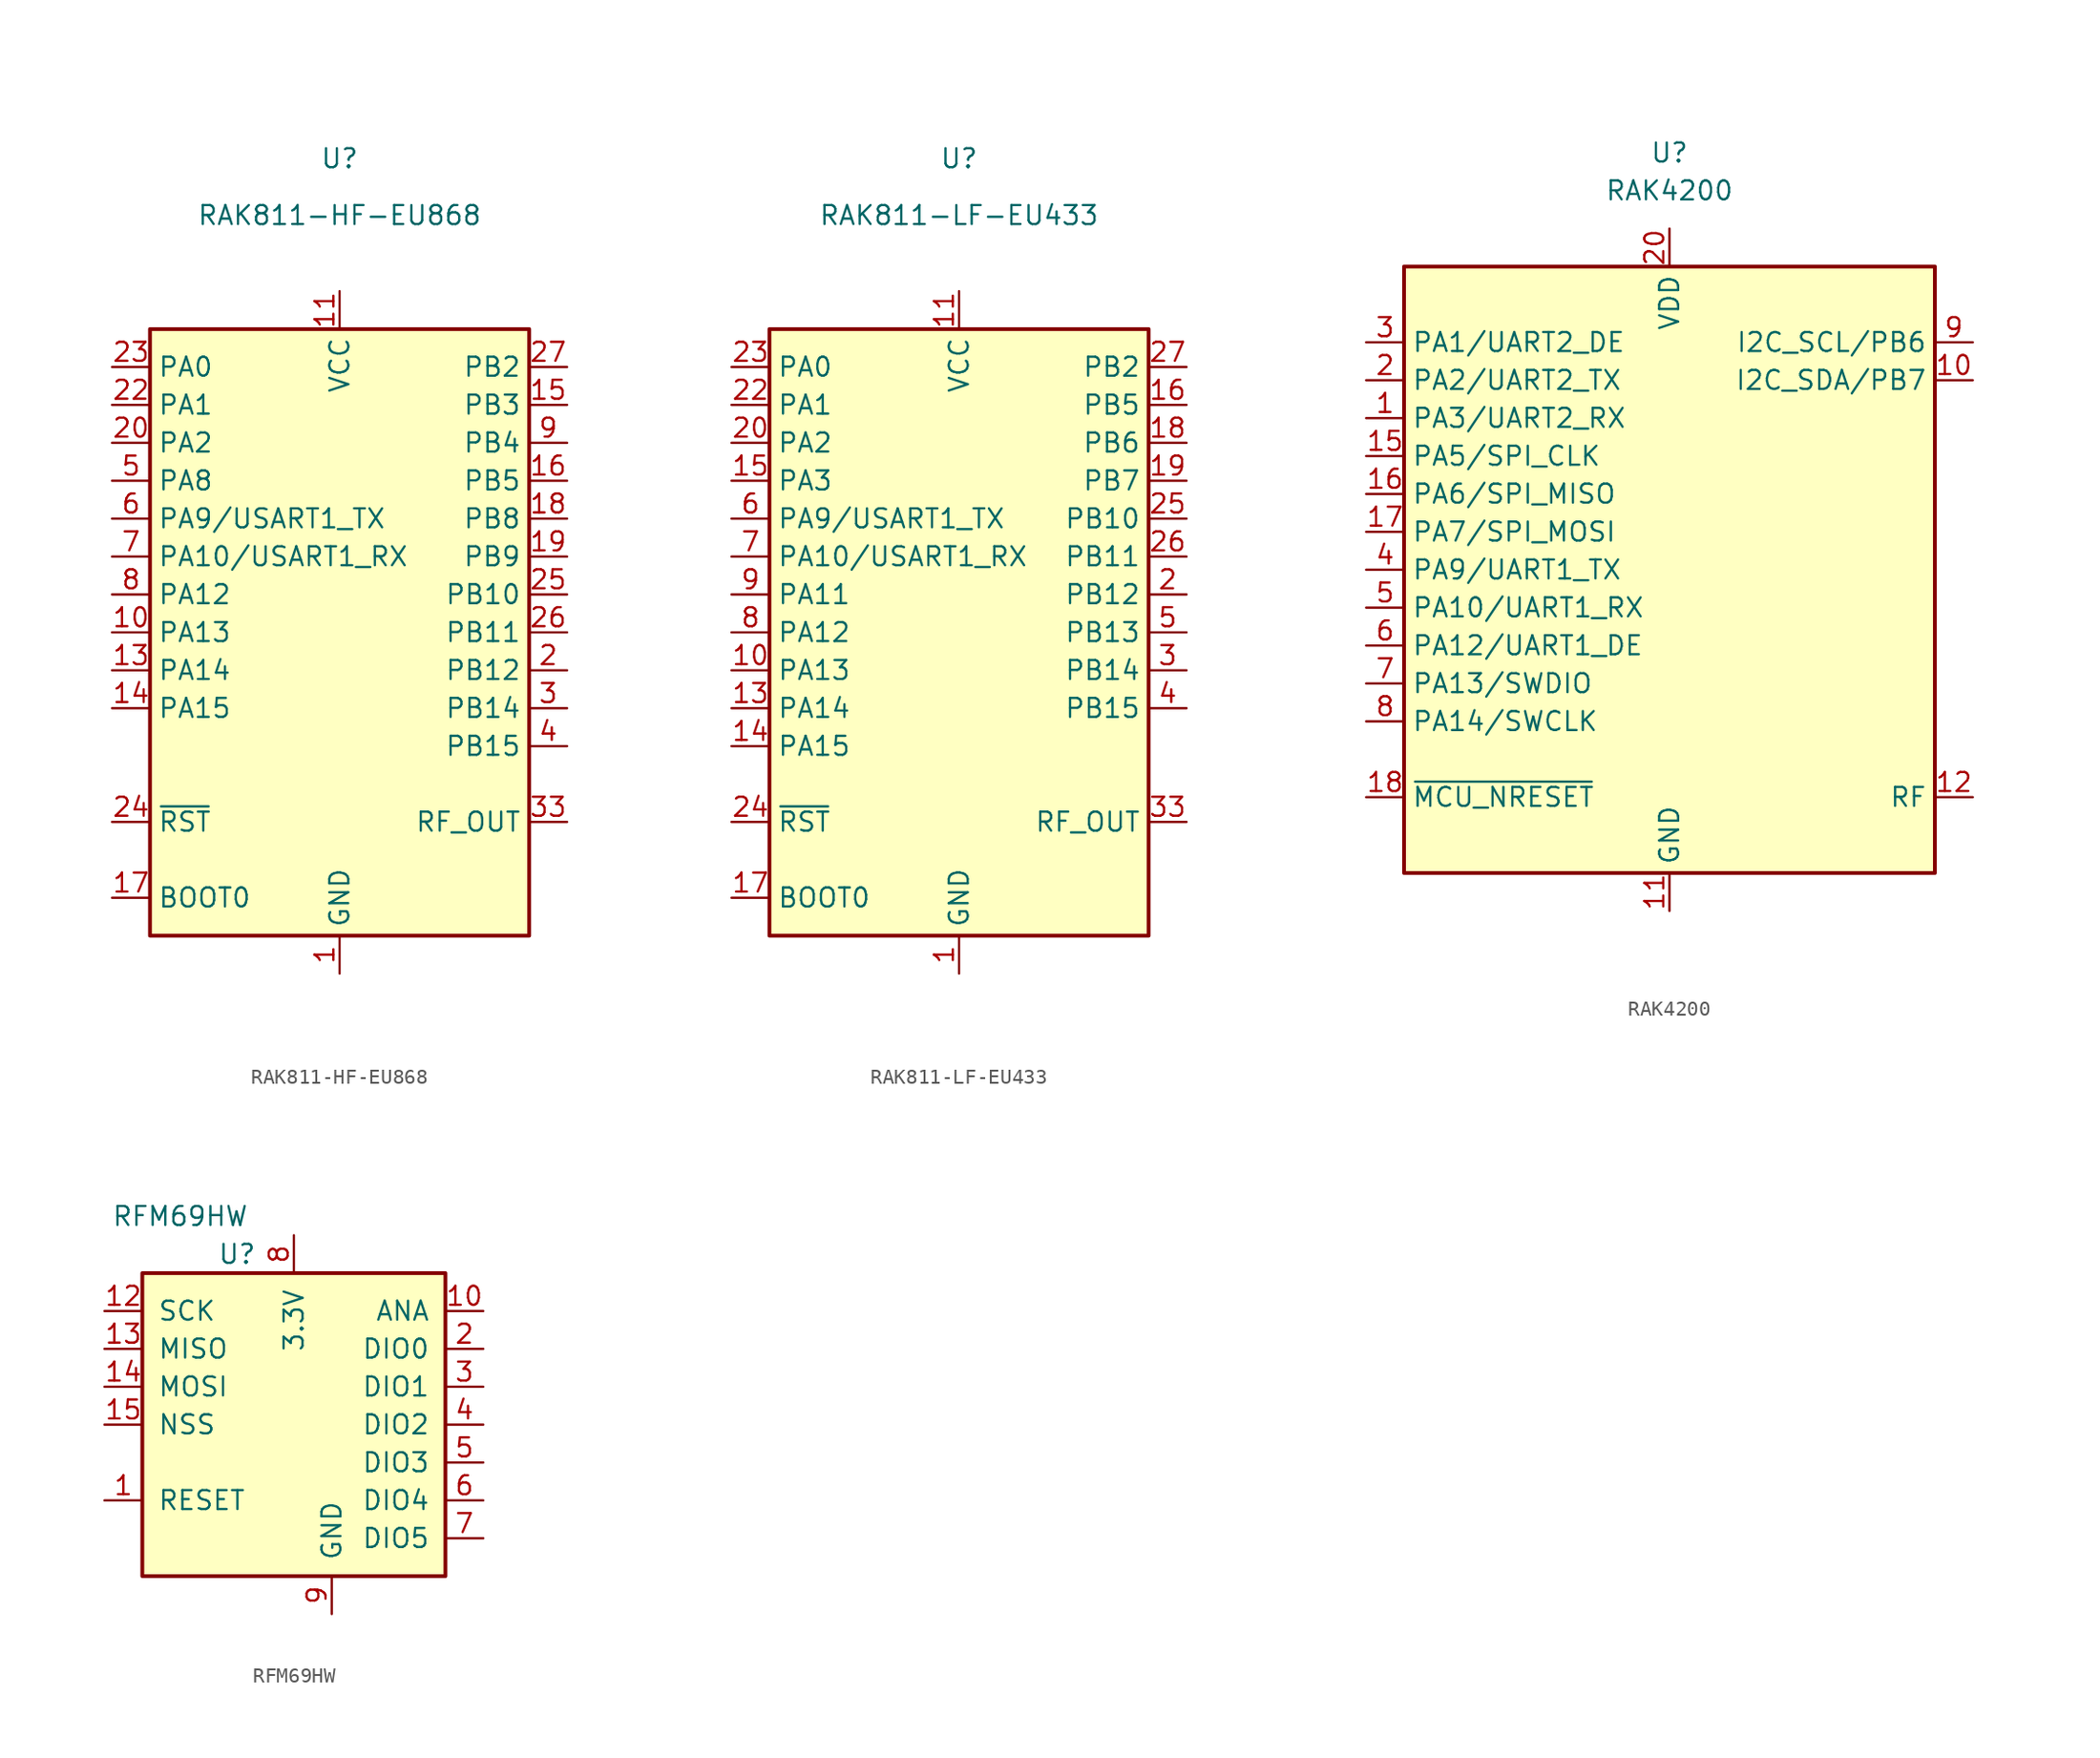
<source format=kicad_sym>
(kicad_symbol_lib
  (version 20211014)
  (generator kicad_symbol_editor)
  (symbol "RAK811-HF-EU868"
    (property "Reference" "U"
      (at 0 31.75 0)
      (effects (font (size 1.27 1.27))))
    (property "Value" "RAK811-HF-EU868"
      (at 0 27.94 0)
      (effects (font (size 1.27 1.27))))
    (symbol "RAK811-HF-EU868_0_0"
      (pin power_in line (at 0 -22.86 90) (length 2.54) (name "GND" (effects (font (size 1.27 1.27)))) (number "1" (effects (font (size 1.27 1.27)))))
      (pin bidirectional line (at -15.24 0 0) (length 2.54) (name "PA13" (effects (font (size 1.27 1.27)))) (number "10" (effects (font (size 1.27 1.27)))))
      (pin power_in line (at 0 22.86 270) (length 2.54) (name "VCC" (effects (font (size 1.27 1.27)))) (number "11" (effects (font (size 1.27 1.27)))))
      (pin passive line (at 0 -22.86 90) (length 2.54) hide (name "GND" (effects (font (size 1.27 1.27)))) (number "12" (effects (font (size 1.27 1.27)))))
      (pin bidirectional line (at -15.24 -2.54 0) (length 2.54) (name "PA14" (effects (font (size 1.27 1.27)))) (number "13" (effects (font (size 1.27 1.27)))))
      (pin bidirectional line (at -15.24 -5.08 0) (length 2.54) (name "PA15" (effects (font (size 1.27 1.27)))) (number "14" (effects (font (size 1.27 1.27)))))
      (pin bidirectional line (at 15.24 15.24 180) (length 2.54) (name "PB3" (effects (font (size 1.27 1.27)))) (number "15" (effects (font (size 1.27 1.27)))))
      (pin bidirectional line (at 15.24 10.16 180) (length 2.54) (name "PB5" (effects (font (size 1.27 1.27)))) (number "16" (effects (font (size 1.27 1.27)))))
      (pin input line (at -15.24 -17.78 0) (length 2.54) (name "BOOT0" (effects (font (size 1.27 1.27)))) (number "17" (effects (font (size 1.27 1.27)))))
      (pin bidirectional line (at 15.24 7.62 180) (length 2.54) (name "PB8" (effects (font (size 1.27 1.27)))) (number "18" (effects (font (size 1.27 1.27)))))
      (pin bidirectional line (at 15.24 5.08 180) (length 2.54) (name "PB9" (effects (font (size 1.27 1.27)))) (number "19" (effects (font (size 1.27 1.27)))))
      (pin bidirectional line (at 15.24 -2.54 180) (length 2.54) (name "PB12" (effects (font (size 1.27 1.27)))) (number "2" (effects (font (size 1.27 1.27)))))
      (pin bidirectional line (at -15.24 12.7 0) (length 2.54) (name "PA2" (effects (font (size 1.27 1.27)))) (number "20" (effects (font (size 1.27 1.27)))))
      (pin passive line (at 0 -22.86 90) (length 2.54) hide (name "GND" (effects (font (size 1.27 1.27)))) (number "21" (effects (font (size 1.27 1.27)))))
      (pin bidirectional line (at -15.24 15.24 0) (length 2.54) (name "PA1" (effects (font (size 1.27 1.27)))) (number "22" (effects (font (size 1.27 1.27)))))
      (pin bidirectional line (at -15.24 17.78 0) (length 2.54) (name "PA0" (effects (font (size 1.27 1.27)))) (number "23" (effects (font (size 1.27 1.27)))))
      (pin input line (at -15.24 -12.7 0) (length 2.54) (name "~{RST}" (effects (font (size 1.27 1.27)))) (number "24" (effects (font (size 1.27 1.27)))))
      (pin bidirectional line (at 15.24 2.54 180) (length 2.54) (name "PB10" (effects (font (size 1.27 1.27)))) (number "25" (effects (font (size 1.27 1.27)))))
      (pin bidirectional line (at 15.24 0 180) (length 2.54) (name "PB11" (effects (font (size 1.27 1.27)))) (number "26" (effects (font (size 1.27 1.27)))))
      (pin bidirectional line (at 15.24 17.78 180) (length 2.54) (name "PB2" (effects (font (size 1.27 1.27)))) (number "27" (effects (font (size 1.27 1.27)))))
      (pin passive line (at 0 -22.86 90) (length 2.54) hide (name "GND" (effects (font (size 1.27 1.27)))) (number "28" (effects (font (size 1.27 1.27)))))
      (pin passive line (at 0 -22.86 90) (length 2.54) hide (name "GND" (effects (font (size 1.27 1.27)))) (number "29" (effects (font (size 1.27 1.27)))))
      (pin bidirectional line (at 15.24 -5.08 180) (length 2.54) (name "PB14" (effects (font (size 1.27 1.27)))) (number "3" (effects (font (size 1.27 1.27)))))
      (pin passive line (at 0 -22.86 90) (length 2.54) hide (name "GND" (effects (font (size 1.27 1.27)))) (number "30" (effects (font (size 1.27 1.27)))))
      (pin passive line (at 0 -22.86 90) (length 2.54) hide (name "GND" (effects (font (size 1.27 1.27)))) (number "31" (effects (font (size 1.27 1.27)))))
      (pin passive line (at 0 -22.86 90) (length 2.54) hide (name "GND" (effects (font (size 1.27 1.27)))) (number "32" (effects (font (size 1.27 1.27)))))
      (pin passive line (at 15.24 -12.7 180) (length 2.54) (name "RF_OUT" (effects (font (size 1.27 1.27)))) (number "33" (effects (font (size 1.27 1.27)))))
      (pin passive line (at 0 -22.86 90) (length 2.54) hide (name "GND" (effects (font (size 1.27 1.27)))) (number "34" (effects (font (size 1.27 1.27)))))
      (pin bidirectional line (at 15.24 -7.62 180) (length 2.54) (name "PB15" (effects (font (size 1.27 1.27)))) (number "4" (effects (font (size 1.27 1.27)))))
      (pin bidirectional line (at -15.24 10.16 0) (length 2.54) (name "PA8" (effects (font (size 1.27 1.27)))) (number "5" (effects (font (size 1.27 1.27)))))
      (pin bidirectional line (at -15.24 7.62 0) (length 2.54) (name "PA9/USART1_TX" (effects (font (size 1.27 1.27)))) (number "6" (effects (font (size 1.27 1.27)))))
      (pin bidirectional line (at -15.24 5.08 0) (length 2.54) (name "PA10/USART1_RX" (effects (font (size 1.27 1.27)))) (number "7" (effects (font (size 1.27 1.27)))))
      (pin bidirectional line (at -15.24 2.54 0) (length 2.54) (name "PA12" (effects (font (size 1.27 1.27)))) (number "8" (effects (font (size 1.27 1.27)))))
      (pin bidirectional line (at 15.24 12.7 180) (length 2.54) (name "PB4" (effects (font (size 1.27 1.27)))) (number "9" (effects (font (size 1.27 1.27))))))
    (symbol "RAK811-HF-EU868_0_1"
      (rectangle (start 12.7 -20.32) (end -12.7 20.32) (stroke (width 0.254) (type default) (color 0 0 0 0)) (fill (type background)))))
  (symbol "RAK811-LF-EU433"
    (property "Reference" "U"
      (at 0 31.75 0)
      (effects (font (size 1.27 1.27))))
    (property "Value" "RAK811-LF-EU433"
      (at 0 27.94 0)
      (effects (font (size 1.27 1.27))))
    (symbol "RAK811-LF-EU433_0_0"
      (pin power_in line (at 0 -22.86 90) (length 2.54) (name "GND" (effects (font (size 1.27 1.27)))) (number "1" (effects (font (size 1.27 1.27)))))
      (pin bidirectional line (at -15.24 -2.54 0) (length 2.54) (name "PA13" (effects (font (size 1.27 1.27)))) (number "10" (effects (font (size 1.27 1.27)))))
      (pin power_in line (at 0 22.86 270) (length 2.54) (name "VCC" (effects (font (size 1.27 1.27)))) (number "11" (effects (font (size 1.27 1.27)))))
      (pin passive line (at 0 -22.86 90) (length 2.54) hide (name "GND" (effects (font (size 1.27 1.27)))) (number "12" (effects (font (size 1.27 1.27)))))
      (pin bidirectional line (at -15.24 -5.08 0) (length 2.54) (name "PA14" (effects (font (size 1.27 1.27)))) (number "13" (effects (font (size 1.27 1.27)))))
      (pin bidirectional line (at -15.24 -7.62 0) (length 2.54) (name "PA15" (effects (font (size 1.27 1.27)))) (number "14" (effects (font (size 1.27 1.27)))))
      (pin bidirectional line (at -15.24 10.16 0) (length 2.54) (name "PA3" (effects (font (size 1.27 1.27)))) (number "15" (effects (font (size 1.27 1.27)))))
      (pin bidirectional line (at 15.24 15.24 180) (length 2.54) (name "PB5" (effects (font (size 1.27 1.27)))) (number "16" (effects (font (size 1.27 1.27)))))
      (pin input line (at -15.24 -17.78 0) (length 2.54) (name "BOOT0" (effects (font (size 1.27 1.27)))) (number "17" (effects (font (size 1.27 1.27)))))
      (pin bidirectional line (at 15.24 12.7 180) (length 2.54) (name "PB6" (effects (font (size 1.27 1.27)))) (number "18" (effects (font (size 1.27 1.27)))))
      (pin bidirectional line (at 15.24 10.16 180) (length 2.54) (name "PB7" (effects (font (size 1.27 1.27)))) (number "19" (effects (font (size 1.27 1.27)))))
      (pin bidirectional line (at 15.24 2.54 180) (length 2.54) (name "PB12" (effects (font (size 1.27 1.27)))) (number "2" (effects (font (size 1.27 1.27)))))
      (pin bidirectional line (at -15.24 12.7 0) (length 2.54) (name "PA2" (effects (font (size 1.27 1.27)))) (number "20" (effects (font (size 1.27 1.27)))))
      (pin passive line (at 0 -22.86 90) (length 2.54) hide (name "GND" (effects (font (size 1.27 1.27)))) (number "21" (effects (font (size 1.27 1.27)))))
      (pin bidirectional line (at -15.24 15.24 0) (length 2.54) (name "PA1" (effects (font (size 1.27 1.27)))) (number "22" (effects (font (size 1.27 1.27)))))
      (pin bidirectional line (at -15.24 17.78 0) (length 2.54) (name "PA0" (effects (font (size 1.27 1.27)))) (number "23" (effects (font (size 1.27 1.27)))))
      (pin input line (at -15.24 -12.7 0) (length 2.54) (name "~{RST}" (effects (font (size 1.27 1.27)))) (number "24" (effects (font (size 1.27 1.27)))))
      (pin bidirectional line (at 15.24 7.62 180) (length 2.54) (name "PB10" (effects (font (size 1.27 1.27)))) (number "25" (effects (font (size 1.27 1.27)))))
      (pin bidirectional line (at 15.24 5.08 180) (length 2.54) (name "PB11" (effects (font (size 1.27 1.27)))) (number "26" (effects (font (size 1.27 1.27)))))
      (pin bidirectional line (at 15.24 17.78 180) (length 2.54) (name "PB2" (effects (font (size 1.27 1.27)))) (number "27" (effects (font (size 1.27 1.27)))))
      (pin passive line (at 0 -22.86 90) (length 2.54) hide (name "GND" (effects (font (size 1.27 1.27)))) (number "28" (effects (font (size 1.27 1.27)))))
      (pin passive line (at 0 -22.86 90) (length 2.54) hide (name "GND" (effects (font (size 1.27 1.27)))) (number "29" (effects (font (size 1.27 1.27)))))
      (pin bidirectional line (at 15.24 -2.54 180) (length 2.54) (name "PB14" (effects (font (size 1.27 1.27)))) (number "3" (effects (font (size 1.27 1.27)))))
      (pin passive line (at 0 -22.86 90) (length 2.54) hide (name "GND" (effects (font (size 1.27 1.27)))) (number "30" (effects (font (size 1.27 1.27)))))
      (pin passive line (at 0 -22.86 90) (length 2.54) hide (name "GND" (effects (font (size 1.27 1.27)))) (number "31" (effects (font (size 1.27 1.27)))))
      (pin passive line (at 0 -22.86 90) (length 2.54) hide (name "GND" (effects (font (size 1.27 1.27)))) (number "32" (effects (font (size 1.27 1.27)))))
      (pin passive line (at 15.24 -12.7 180) (length 2.54) (name "RF_OUT" (effects (font (size 1.27 1.27)))) (number "33" (effects (font (size 1.27 1.27)))))
      (pin passive line (at 0 -22.86 90) (length 2.54) hide (name "GND" (effects (font (size 1.27 1.27)))) (number "34" (effects (font (size 1.27 1.27)))))
      (pin bidirectional line (at 15.24 -5.08 180) (length 2.54) (name "PB15" (effects (font (size 1.27 1.27)))) (number "4" (effects (font (size 1.27 1.27)))))
      (pin bidirectional line (at 15.24 0 180) (length 2.54) (name "PB13" (effects (font (size 1.27 1.27)))) (number "5" (effects (font (size 1.27 1.27)))))
      (pin bidirectional line (at -15.24 7.62 0) (length 2.54) (name "PA9/USART1_TX" (effects (font (size 1.27 1.27)))) (number "6" (effects (font (size 1.27 1.27)))))
      (pin bidirectional line (at -15.24 5.08 0) (length 2.54) (name "PA10/USART1_RX" (effects (font (size 1.27 1.27)))) (number "7" (effects (font (size 1.27 1.27)))))
      (pin bidirectional line (at -15.24 0 0) (length 2.54) (name "PA12" (effects (font (size 1.27 1.27)))) (number "8" (effects (font (size 1.27 1.27)))))
      (pin bidirectional line (at -15.24 2.54 0) (length 2.54) (name "PA11" (effects (font (size 1.27 1.27)))) (number "9" (effects (font (size 1.27 1.27))))))
    (symbol "RAK811-LF-EU433_0_1"
      (rectangle (start 12.7 -20.32) (end -12.7 20.32) (stroke (width 0.254) (type default) (color 0 0 0 0)) (fill (type background)))))
  (symbol "RAK4200"
    (property "Reference" "U"
      (at 0 27.94 0)
      (effects (font (size 1.27 1.27))))
    (property "Value" "RAK4200"
      (at 0 25.4 0)
      (effects (font (size 1.27 1.27))))
    (symbol "RAK4200_0_1"
      (rectangle (start -17.78 20.32) (end 17.78 -20.32) (stroke (width 0.254) (type default) (color 0 0 0 0)) (fill (type background))))
    (symbol "RAK4200_1_1"
      (pin bidirectional line (at -20.32 10.16 0) (length 2.54) (name "PA3/UART2_RX" (effects (font (size 1.27 1.27)))) (number "1" (effects (font (size 1.27 1.27)))))
      (pin bidirectional line (at 20.32 12.7 180) (length 2.54) (name "I2C_SDA/PB7" (effects (font (size 1.27 1.27)))) (number "10" (effects (font (size 1.27 1.27)))))
      (pin power_in line (at 0 -22.86 90) (length 2.54) (name "GND" (effects (font (size 1.27 1.27)))) (number "11" (effects (font (size 1.27 1.27)))))
      (pin passive line (at 20.32 -15.24 180) (length 2.54) (name "RF" (effects (font (size 1.27 1.27)))) (number "12" (effects (font (size 1.27 1.27)))))
      (pin passive line (at 0 -22.86 90) (length 2.54) hide (name "GND" (effects (font (size 1.27 1.27)))) (number "13" (effects (font (size 1.27 1.27)))))
      (pin passive line (at 0 -22.86 90) (length 2.54) hide (name "GND" (effects (font (size 1.27 1.27)))) (number "14" (effects (font (size 1.27 1.27)))))
      (pin bidirectional line (at -20.32 7.62 0) (length 2.54) (name "PA5/SPI_CLK" (effects (font (size 1.27 1.27)))) (number "15" (effects (font (size 1.27 1.27)))))
      (pin bidirectional line (at -20.32 5.08 0) (length 2.54) (name "PA6/SPI_MISO" (effects (font (size 1.27 1.27)))) (number "16" (effects (font (size 1.27 1.27)))))
      (pin bidirectional line (at -20.32 2.54 0) (length 2.54) (name "PA7/SPI_MOSI" (effects (font (size 1.27 1.27)))) (number "17" (effects (font (size 1.27 1.27)))))
      (pin bidirectional line (at -20.32 -15.24 0) (length 2.54) (name "~{MCU_NRESET}" (effects (font (size 1.27 1.27)))) (number "18" (effects (font (size 1.27 1.27)))))
      (pin passive line (at 0 -22.86 90) (length 2.54) hide (name "GND" (effects (font (size 1.27 1.27)))) (number "19" (effects (font (size 1.27 1.27)))))
      (pin bidirectional line (at -20.32 12.7 0) (length 2.54) (name "PA2/UART2_TX" (effects (font (size 1.27 1.27)))) (number "2" (effects (font (size 1.27 1.27)))))
      (pin power_in line (at 0 22.86 270) (length 2.54) (name "VDD" (effects (font (size 1.27 1.27)))) (number "20" (effects (font (size 1.27 1.27)))))
      (pin bidirectional line (at -20.32 15.24 0) (length 2.54) (name "PA1/UART2_DE" (effects (font (size 1.27 1.27)))) (number "3" (effects (font (size 1.27 1.27)))))
      (pin bidirectional line (at -20.32 0 0) (length 2.54) (name "PA9/UART1_TX" (effects (font (size 1.27 1.27)))) (number "4" (effects (font (size 1.27 1.27)))))
      (pin bidirectional line (at -20.32 -2.54 0) (length 2.54) (name "PA10/UART1_RX" (effects (font (size 1.27 1.27)))) (number "5" (effects (font (size 1.27 1.27)))))
      (pin bidirectional line (at -20.32 -5.08 0) (length 2.54) (name "PA12/UART1_DE" (effects (font (size 1.27 1.27)))) (number "6" (effects (font (size 1.27 1.27)))))
      (pin bidirectional line (at -20.32 -7.62 0) (length 2.54) (name "PA13/SWDIO" (effects (font (size 1.27 1.27)))) (number "7" (effects (font (size 1.27 1.27)))))
      (pin bidirectional line (at -20.32 -10.16 0) (length 2.54) (name "PA14/SWCLK" (effects (font (size 1.27 1.27)))) (number "8" (effects (font (size 1.27 1.27)))))
      (pin bidirectional line (at 20.32 15.24 180) (length 2.54) (name "I2C_SCL/PB6" (effects (font (size 1.27 1.27)))) (number "9" (effects (font (size 1.27 1.27)))))))
  (symbol "RFM69HW"
    (pin_names
      (offset 1.016))
    (property "Reference" "U"
      (at -3.81 11.43 0)
      (effects (font (size 1.27 1.27))))
    (property "Value" "RFM69HW"
      (at -7.62 13.97 0)
      (effects (font (size 1.27 1.27))))
    (symbol "RFM69HW_0_1"
      (rectangle (start -10.16 10.16) (end 10.16 -10.16) (stroke (width 0.254) (type default) (color 0 0 0 0)) (fill (type background))))
    (symbol "RFM69HW_1_1"
      (pin input line (at -12.7 -5.08 0) (length 2.54) (name "RESET" (effects (font (size 1.27 1.27)))) (number "1" (effects (font (size 1.27 1.27)))))
      (pin output line (at 12.7 7.62 180) (length 2.54) (name "ANA" (effects (font (size 1.27 1.27)))) (number "10" (effects (font (size 1.27 1.27)))))
      (pin passive line (at 2.54 -12.7 90) (length 2.54) hide (name "GND" (effects (font (size 1.27 1.27)))) (number "11" (effects (font (size 1.27 1.27)))))
      (pin input line (at -12.7 7.62 0) (length 2.54) (name "SCK" (effects (font (size 1.27 1.27)))) (number "12" (effects (font (size 1.27 1.27)))))
      (pin output line (at -12.7 5.08 0) (length 2.54) (name "MISO" (effects (font (size 1.27 1.27)))) (number "13" (effects (font (size 1.27 1.27)))))
      (pin input line (at -12.7 2.54 0) (length 2.54) (name "MOSI" (effects (font (size 1.27 1.27)))) (number "14" (effects (font (size 1.27 1.27)))))
      (pin input line (at -12.7 0 0) (length 2.54) (name "NSS" (effects (font (size 1.27 1.27)))) (number "15" (effects (font (size 1.27 1.27)))))
      (pin no_connect line (at -2.54 -12.7 90) (length 2.54) hide (name "NC" (effects (font (size 1.27 1.27)))) (number "16" (effects (font (size 1.27 1.27)))))
      (pin bidirectional line (at 12.7 5.08 180) (length 2.54) (name "DIO0" (effects (font (size 1.27 1.27)))) (number "2" (effects (font (size 1.27 1.27)))))
      (pin bidirectional line (at 12.7 2.54 180) (length 2.54) (name "DIO1" (effects (font (size 1.27 1.27)))) (number "3" (effects (font (size 1.27 1.27)))))
      (pin bidirectional line (at 12.7 0 180) (length 2.54) (name "DIO2" (effects (font (size 1.27 1.27)))) (number "4" (effects (font (size 1.27 1.27)))))
      (pin bidirectional line (at 12.7 -2.54 180) (length 2.54) (name "DIO3" (effects (font (size 1.27 1.27)))) (number "5" (effects (font (size 1.27 1.27)))))
      (pin bidirectional line (at 12.7 -5.08 180) (length 2.54) (name "DIO4" (effects (font (size 1.27 1.27)))) (number "6" (effects (font (size 1.27 1.27)))))
      (pin bidirectional line (at 12.7 -7.62 180) (length 2.54) (name "DIO5" (effects (font (size 1.27 1.27)))) (number "7" (effects (font (size 1.27 1.27)))))
      (pin power_in line (at 0 12.7 270) (length 2.54) (name "3.3V" (effects (font (size 1.27 1.27)))) (number "8" (effects (font (size 1.27 1.27)))))
      (pin power_in line (at 2.54 -12.7 90) (length 2.54) (name "GND" (effects (font (size 1.27 1.27)))) (number "9" (effects (font (size 1.27 1.27))))))))
</source>
